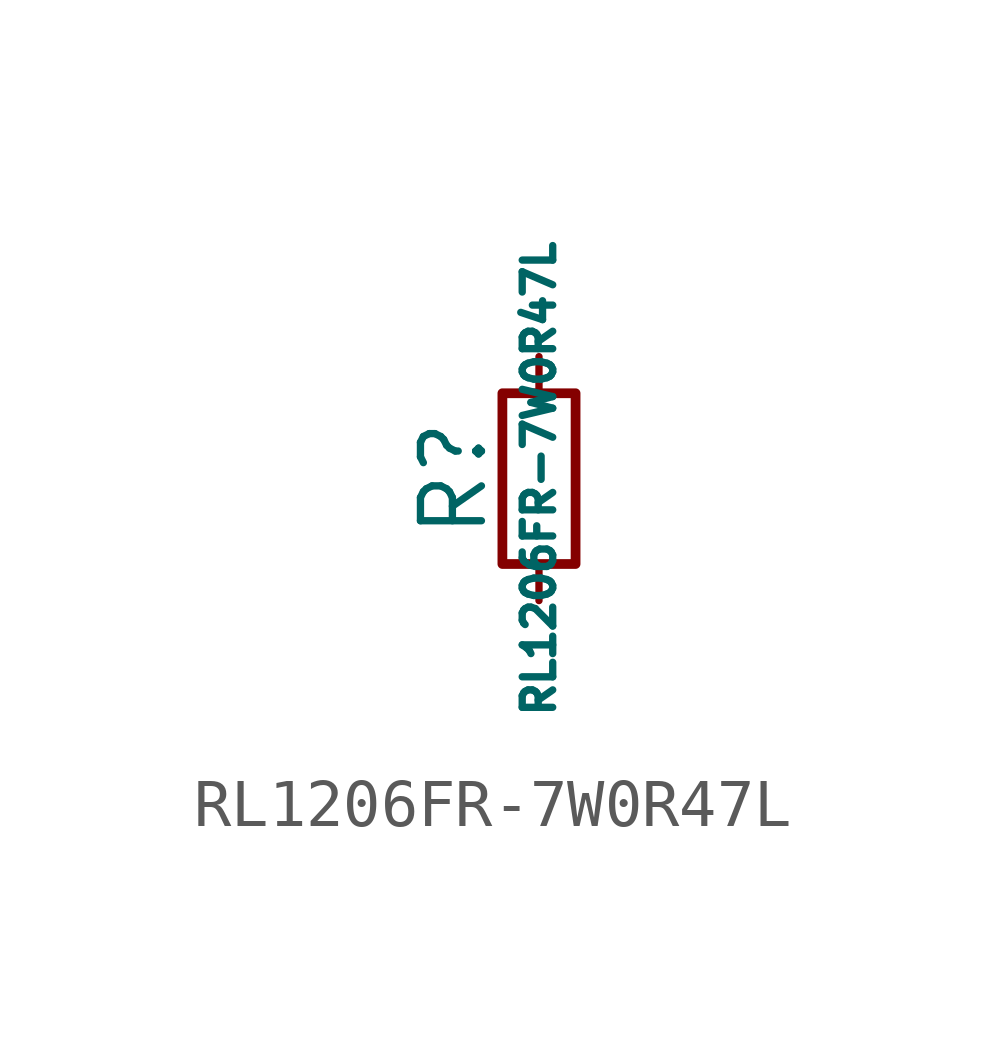
<source format=kicad_sym>
(kicad_symbol_lib
  (version 20220914)
  (generator kicad_symbol_editor)
  (symbol "RL1206FR-7W0R47L"
    (pin_numbers hide)
    (pin_names
      (offset 0.254) hide)
    (property "Reference" "R"
      (at -1.778 0 90)
      (effects (font (size 1.27 1.27))))
    (property "Value" "RL1206FR-7W0R47L"
      (at 0 0 90)
      (effects (font (size 0.635 0.635))))
    (symbol "RL1206FR-7W0R47L_0_1"
      (rectangle (start -0.762 1.778) (end 0.762 -1.778) (stroke (width 0.203) (type default)) (fill (type none))))
    (symbol "RL1206FR-7W0R47L_1_1"
      (pin passive line (at 0 2.54 270) (length 0.762) (name "~" (effects (font (size 1.27 1.27)))) (number "1" (effects (font (size 1.27 1.27)))))
      (pin passive line (at 0 -2.54 90) (length 0.762) (name "~" (effects (font (size 1.27 1.27)))) (number "2" (effects (font (size 1.27 1.27))))))))
</source>
